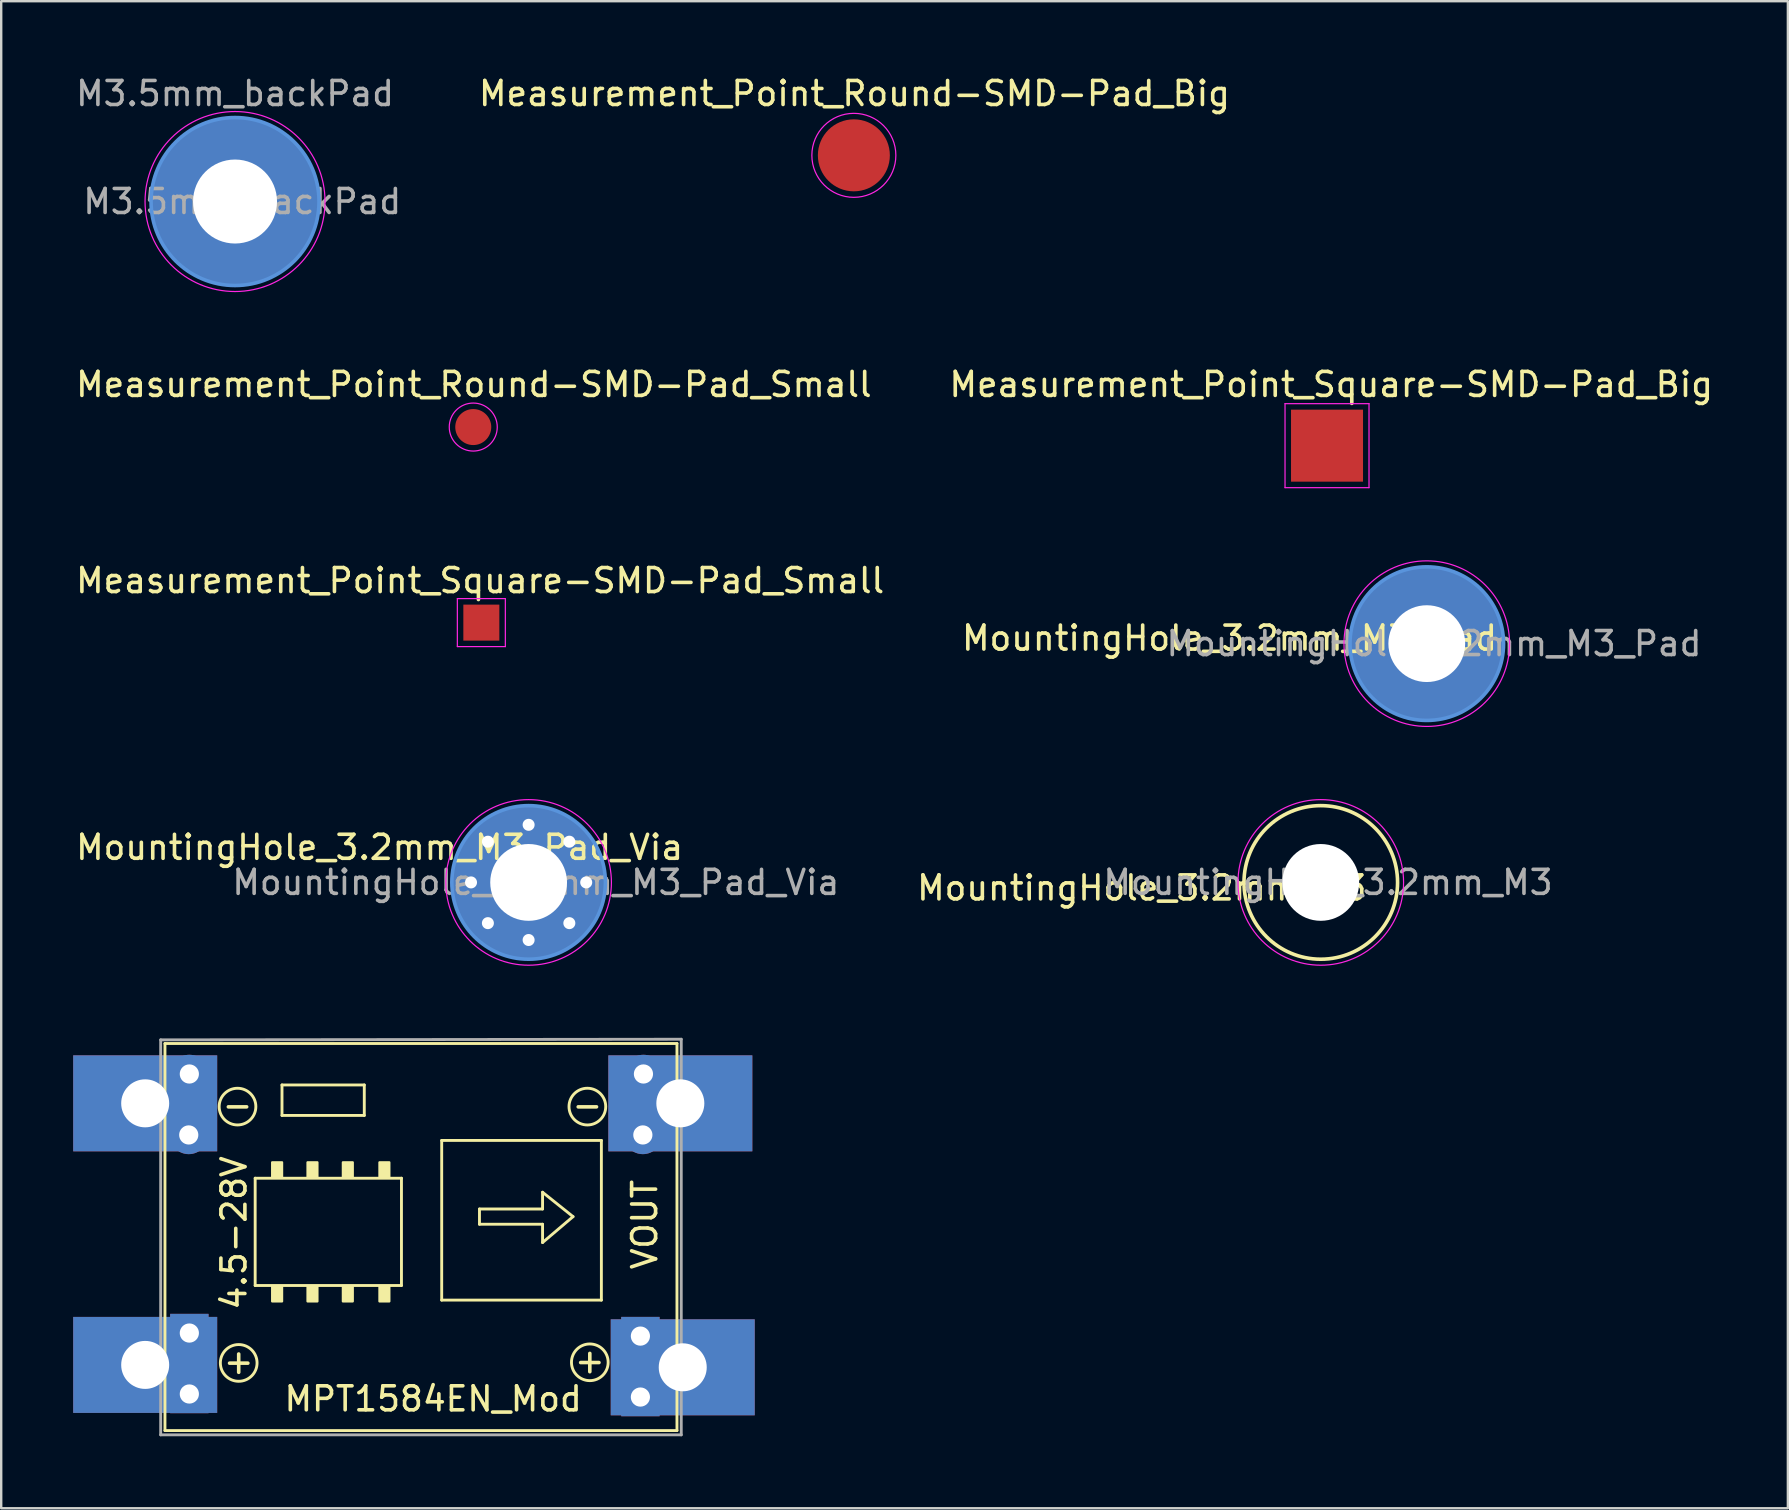
<source format=kicad_pcb>
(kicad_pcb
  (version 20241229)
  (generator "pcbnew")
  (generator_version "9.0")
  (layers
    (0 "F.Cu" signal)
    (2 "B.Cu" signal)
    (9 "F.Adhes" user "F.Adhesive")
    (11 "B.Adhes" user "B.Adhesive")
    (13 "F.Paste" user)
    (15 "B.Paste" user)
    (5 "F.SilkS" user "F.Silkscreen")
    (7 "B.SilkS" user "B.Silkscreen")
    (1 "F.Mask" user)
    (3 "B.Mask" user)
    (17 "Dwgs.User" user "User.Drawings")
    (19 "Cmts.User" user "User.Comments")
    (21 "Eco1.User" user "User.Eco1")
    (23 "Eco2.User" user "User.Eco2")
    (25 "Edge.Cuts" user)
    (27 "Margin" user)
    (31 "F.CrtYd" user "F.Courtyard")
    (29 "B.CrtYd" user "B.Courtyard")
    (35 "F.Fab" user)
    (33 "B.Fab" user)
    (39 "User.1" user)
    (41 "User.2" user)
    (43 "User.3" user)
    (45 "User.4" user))
  (footprint "MountingHole_3.2mm_M3_Pad"
    (layer "F.Cu")
    (at 56.405 23.771)
    (property "Reference" "MountingHole_3.2mm_M3_Pad" (at -8.22 -0.23 0) (layer "F.SilkS") (effects (font (size 1 1) (thickness 0.15))))
    (attr exclude_from_pos_files exclude_from_bom)
    (fp_circle (center 0 0) (end 3.2 0) (stroke (width 0.15) (type solid)) (fill no) (layer "Cmts.User"))
    (fp_circle (center 0 0) (end 3.45 0) (stroke (width 0.05) (type solid)) (fill no) (layer "F.CrtYd"))
    (fp_text user "${REFERENCE}" (at 0.3 0 0) (layer "F.Fab") (effects (font (size 1 1) (thickness 0.15))))
    (pad "1" thru_hole circle (at 0 0) (size 6.4 6.4) (drill 3.2) (layers "*.Cu" "*.Mask")))
  (footprint "MountingHole_3.2mm_M3"
    (layer "F.Cu")
    (at 51.988 33.721)
    (property "Reference" "MountingHole_3.2mm_M3" (at -7.46 0.23 0) (layer "F.SilkS") (effects (font (size 1 1) (thickness 0.15))))
    (attr exclude_from_pos_files exclude_from_bom)
    (fp_circle (center 0 0) (end 3.2 0) (stroke (width 0.15) (type solid)) (fill no) (layer "F.SilkS"))
    (fp_circle (center 0 0) (end 3.45 0) (stroke (width 0.05) (type solid)) (fill no) (layer "F.CrtYd"))
    (fp_text user "${REFERENCE}" (at 0.3 0 0) (layer "F.Fab") (effects (font (size 1 1) (thickness 0.15))))
    (pad "" np_thru_hole circle (at 0 0) (size 3.2 3.2) (drill 3.2) (layers "*.Cu" "*.Mask")))
  (footprint "M3.5mm_backPad"
    (layer "F.Cu")
    (at 6.744 5.348)
    (property "Reference" "M3.5mm_backPad" (at 0 -4.5 0) (layer "F.Fab") (effects (font (size 1 1) (thickness 0.15))))
    (attr exclude_from_pos_files exclude_from_bom)
    (fp_circle (center 0 0) (end 3.5 0) (stroke (width 0.15) (type solid)) (fill no) (layer "Cmts.User"))
    (fp_circle (center 0 0) (end 3.75 0) (stroke (width 0.05) (type solid)) (fill no) (layer "F.CrtYd"))
    (fp_text user "${REFERENCE}" (at 0.3 0 0) (layer "F.Fab") (effects (font (size 1 1) (thickness 0.15))))
    (pad "1" thru_hole circle (at 0 0) (size 7 7) (drill 3.5) (layers "B.Cu" "B.Mask")))
  (footprint "Measurement_Point_Round-SMD-Pad_Big"
    (layer "F.Cu")
    (at 32.531 3.423)
    (property "Reference" "Measurement_Point_Round-SMD-Pad_Big" (at 0.025 -2.575 0) (layer "F.SilkS") (effects (font (size 1 1) (thickness 0.15))))
    (attr exclude_from_pos_files exclude_from_bom)
    (fp_circle (center 0 0) (end 1.75 0) (stroke (width 0.05) (type solid)) (fill no) (layer "F.CrtYd"))
    (pad "1" smd circle (at 0 0) (size 3 3) (layers "F.Cu" "F.Mask")))
  (footprint "MountingHole_3.2mm_M3_Pad_Via"
    (layer "F.Cu")
    (at 18.978 33.721)
    (property "Reference" "MountingHole_3.2mm_M3_Pad_Via" (at -6.21 -1.46 0) (layer "F.SilkS") (effects (font (size 1 1) (thickness 0.15))))
    (attr exclude_from_pos_files exclude_from_bom)
    (fp_circle (center 0 0) (end 3.2 0) (stroke (width 0.15) (type solid)) (fill no) (layer "Cmts.User"))
    (fp_circle (center 0 0) (end 3.45 0) (stroke (width 0.05) (type solid)) (fill no) (layer "F.CrtYd"))
    (fp_text user "${REFERENCE}" (at 0.3 0 0) (layer "F.Fab") (effects (font (size 1 1) (thickness 0.15))))
    (pad "" thru_hole circle (at -2.4 0) (size 0.8 0.8) (drill 0.5) (layers "*.Cu" "*.Mask"))
    (pad "" thru_hole circle (at -1.697 -1.697) (size 0.8 0.8) (drill 0.5) (layers "*.Cu" "*.Mask"))
    (pad "" thru_hole circle (at -1.697 1.697) (size 0.8 0.8) (drill 0.5) (layers "*.Cu" "*.Mask"))
    (pad "" thru_hole circle (at 0 -2.4) (size 0.8 0.8) (drill 0.5) (layers "*.Cu" "*.Mask"))
    (pad "" thru_hole circle (at 0 2.4) (size 0.8 0.8) (drill 0.5) (layers "*.Cu" "*.Mask"))
    (pad "" thru_hole circle (at 1.697 -1.697) (size 0.8 0.8) (drill 0.5) (layers "*.Cu" "*.Mask"))
    (pad "" thru_hole circle (at 1.697 1.697) (size 0.8 0.8) (drill 0.5) (layers "*.Cu" "*.Mask"))
    (pad "" thru_hole circle (at 2.4 0) (size 0.8 0.8) (drill 0.5) (layers "*.Cu" "*.Mask"))
    (pad "1" thru_hole circle (at 0 0) (size 6.4 6.4) (drill 3.2) (layers "*.Cu" "*.Mask")))
  (footprint "Measurement_Point_Square-SMD-Pad_Small"
    (layer "F.Cu")
    (at 17.008 22.895)
    (property "Reference" "Measurement_Point_Square-SMD-Pad_Small" (at -0.05 -1.75 0) (layer "F.SilkS") (effects (font (size 1 1) (thickness 0.15))))
    (attr exclude_from_pos_files exclude_from_bom)
    (fp_line (start -1 -1) (end 1 -1) (stroke (width 0.05) (type solid)) (layer "F.CrtYd"))
    (fp_line (start -1 1) (end -1 -1) (stroke (width 0.05) (type solid)) (layer "F.CrtYd"))
    (fp_line (start 1 -1) (end 1 1) (stroke (width 0.05) (type solid)) (layer "F.CrtYd"))
    (fp_line (start 1 1) (end -1 1) (stroke (width 0.05) (type solid)) (layer "F.CrtYd"))
    (pad "1" smd rect (at 0 0) (size 1.5 1.5) (layers "F.Cu" "F.Mask")))
  (footprint "MPT1584EN_Mod"
    (layer "F.Cu")
    (at 15 47.927)
    (property "Reference" "MPT1584EN_Mod" (at 0 7.315 180) (layer "F.SilkS") (effects (font (size 1 1) (thickness 0.15))))
    (attr through_hole)
    (fp_line (start -11.176 -7.493) (end -11.176 8.636) (stroke (width 0.12) (type solid)) (layer "F.SilkS"))
    (fp_line (start -11.176 8.636) (end 10.16 8.636) (stroke (width 0.12) (type solid)) (layer "F.SilkS"))
    (fp_line (start -7.417 -1.88) (end -1.321 -1.88) (stroke (width 0.12) (type solid)) (layer "F.SilkS"))
    (fp_line (start -7.417 2.591) (end -7.417 -1.88) (stroke (width 0.12) (type solid)) (layer "F.SilkS"))
    (fp_line (start -6.299 -5.766) (end -2.87 -5.766) (stroke (width 0.12) (type solid)) (layer "F.SilkS"))
    (fp_line (start -6.299 -4.496) (end -6.299 -5.766) (stroke (width 0.12) (type solid)) (layer "F.SilkS"))
    (fp_line (start -2.87 -5.766) (end -2.87 -4.496) (stroke (width 0.12) (type solid)) (layer "F.SilkS"))
    (fp_line (start -2.87 -4.496) (end -6.299 -4.496) (stroke (width 0.12) (type solid)) (layer "F.SilkS"))
    (fp_line (start -1.321 2.591) (end -7.417 2.591) (stroke (width 0.12) (type solid)) (layer "F.SilkS"))
    (fp_line (start -1.321 2.591) (end -1.321 -1.88) (stroke (width 0.12) (type solid)) (layer "F.SilkS"))
    (fp_line (start 0.356 -3.454) (end 0.356 3.2) (stroke (width 0.12) (type solid)) (layer "F.SilkS"))
    (fp_line (start 0.356 -3.454) (end 7.01 -3.454) (stroke (width 0.12) (type solid)) (layer "F.SilkS"))
    (fp_line (start 1.93 -0.597) (end 4.559 -0.597) (stroke (width 0.12) (type solid)) (layer "F.SilkS"))
    (fp_line (start 1.93 0.038) (end 1.93 -0.597) (stroke (width 0.12) (type solid)) (layer "F.SilkS"))
    (fp_line (start 1.93 0.038) (end 4.559 0.038) (stroke (width 0.12) (type solid)) (layer "F.SilkS"))
    (fp_line (start 4.559 -1.295) (end 5.829 -0.279) (stroke (width 0.12) (type solid)) (layer "F.SilkS"))
    (fp_line (start 4.559 -0.597) (end 4.559 -1.295) (stroke (width 0.12) (type solid)) (layer "F.SilkS"))
    (fp_line (start 4.559 0.8) (end 4.559 0.038) (stroke (width 0.12) (type solid)) (layer "F.SilkS"))
    (fp_line (start 5.829 -0.279) (end 4.559 0.8) (stroke (width 0.12) (type solid)) (layer "F.SilkS"))
    (fp_line (start 7.01 -3.454) (end 7.01 3.2) (stroke (width 0.12) (type solid)) (layer "F.SilkS"))
    (fp_line (start 7.01 3.2) (end 0.356 3.2) (stroke (width 0.12) (type solid)) (layer "F.SilkS"))
    (fp_line (start 10.16 -7.493) (end -11.176 -7.493) (stroke (width 0.12) (type solid)) (layer "F.SilkS"))
    (fp_line (start 10.16 8.636) (end 10.16 -7.493) (stroke (width 0.12) (type solid)) (layer "F.SilkS"))
    (fp_circle (center -8.153 -4.864) (end -7.582 -4.356) (stroke (width 0.12) (type solid)) (fill no) (layer "F.SilkS"))
    (fp_circle (center -8.103 5.817) (end -7.531 6.325) (stroke (width 0.12) (type solid)) (fill no) (layer "F.SilkS"))
    (fp_circle (center 6.426 -4.864) (end 6.998 -4.356) (stroke (width 0.12) (type solid)) (fill no) (layer "F.SilkS"))
    (fp_circle (center 6.528 5.791) (end 7.099 6.299) (stroke (width 0.12) (type solid)) (fill no) (layer "F.SilkS"))
    (fp_poly (pts (xy -6.706 -2.54) (xy -6.299 -2.54) (xy -6.299 -1.93) (xy -6.706 -1.93)) (stroke (width 0.1) (type solid)) (fill yes) (layer "F.SilkS"))
    (fp_poly (pts (xy -6.706 2.642) (xy -6.299 2.642) (xy -6.299 3.251) (xy -6.706 3.251)) (stroke (width 0.1) (type solid)) (fill yes) (layer "F.SilkS"))
    (fp_poly (pts (xy -5.232 -2.54) (xy -4.826 -2.54) (xy -4.826 -1.93) (xy -5.232 -1.93)) (stroke (width 0.1) (type solid)) (fill yes) (layer "F.SilkS"))
    (fp_poly (pts (xy -5.232 2.642) (xy -4.826 2.642) (xy -4.826 3.251) (xy -5.232 3.251)) (stroke (width 0.1) (type solid)) (fill yes) (layer "F.SilkS"))
    (fp_poly (pts (xy -3.759 -2.54) (xy -3.353 -2.54) (xy -3.353 -1.93) (xy -3.759 -1.93)) (stroke (width 0.1) (type solid)) (fill yes) (layer "F.SilkS"))
    (fp_poly (pts (xy -3.759 2.642) (xy -3.353 2.642) (xy -3.353 3.251) (xy -3.759 3.251)) (stroke (width 0.1) (type solid)) (fill yes) (layer "F.SilkS"))
    (fp_poly (pts (xy -2.235 -2.54) (xy -1.829 -2.54) (xy -1.829 -1.93) (xy -2.235 -1.93)) (stroke (width 0.1) (type solid)) (fill yes) (layer "F.SilkS"))
    (fp_poly (pts (xy -2.235 2.642) (xy -1.829 2.642) (xy -1.829 3.251) (xy -2.235 3.251)) (stroke (width 0.1) (type solid)) (fill yes) (layer "F.SilkS"))
    (fp_line (start -11.354 -7.645) (end -11.354 8.814) (stroke (width 0.12) (type solid)) (layer "F.Fab"))
    (fp_line (start -11.354 -7.645) (end 10.338 -7.671) (stroke (width 0.12) (type solid)) (layer "F.Fab"))
    (fp_line (start -11.354 8.814) (end 10.338 8.814) (stroke (width 0.12) (type solid)) (layer "F.Fab"))
    (fp_line (start 10.338 -7.671) (end 10.338 8.814) (stroke (width 0.12) (type solid)) (layer "F.Fab"))
    (fp_text user "+" (at 6.528 5.728 180) (layer "F.SilkS") (effects (font (size 1 1) (thickness 0.15))))
    (fp_text user "VOUT" (at 8.814 0.051 90) (layer "F.SilkS") (effects (font (size 1 1) (thickness 0.15))))
    (fp_text user "+" (at -8.103 5.753 180) (layer "F.SilkS") (effects (font (size 1 1) (thickness 0.15))))
    (fp_text user "-" (at -8.153 -4.928 180) (layer "F.SilkS") (effects (font (size 1 1) (thickness 0.15))))
    (fp_text user "4.5-28V" (at -8.3 0.4 90) (layer "F.SilkS") (effects (font (size 1 1) (thickness 0.15))))
    (fp_text user "-" (at 6.426 -4.928 180) (layer "F.SilkS") (effects (font (size 1 1) (thickness 0.15))))
    (pad "1" thru_hole rect (at -12 5.9) (size 6 4) (drill 2) (layers "*.Cu" "*.Mask"))
    (pad "1" thru_hole rect (at -10.16 4.572 90) (size 1.6 1.6) (drill 0.8) (layers "*.Cu" "B.Mask"))
    (pad "1" thru_hole rect (at -10.16 7.112 90) (size 1.6 1.6) (drill 0.8) (layers "*.Cu" "B.Mask"))
    (pad "2" thru_hole rect (at -12 -5) (size 6 4) (drill 2) (layers "*.Cu" "*.Mask"))
    (pad "2" thru_hole oval (at -10.185 -3.683 90) (size 1.6 1.6) (drill 0.8) (layers "*.Cu" "B.Mask"))
    (pad "2" thru_hole oval (at -10.16 -6.223 90) (size 1.6 1.6) (drill 0.8) (layers "*.Cu" "B.Mask"))
    (pad "3" thru_hole rect (at 8.636 4.699 90) (size 1.6 1.6) (drill 0.8) (layers "*.Cu" "B.Mask"))
    (pad "3" thru_hole rect (at 8.636 7.239 90) (size 1.6 1.6) (drill 0.8) (layers "*.Cu" "B.Mask"))
    (pad "3" thru_hole rect (at 10.4 6) (size 6 4) (drill 2) (layers "*.Cu" "*.Mask"))
    (pad "4" thru_hole oval (at 8.738 -3.683 90) (size 1.6 1.6) (drill 0.8) (layers "*.Cu" "B.Mask"))
    (pad "4" thru_hole oval (at 8.763 -6.223 90) (size 1.6 1.6) (drill 0.8) (layers "*.Cu" "B.Mask"))
    (pad "4" thru_hole rect (at 10.3 -5) (size 6 4) (drill 2) (layers "*.Cu" "*.Mask")))
  (footprint "Measurement_Point_Square-SMD-Pad_Big"
    (layer "F.Cu")
    (at 52.248 15.521)
    (property "Reference" "Measurement_Point_Square-SMD-Pad_Big" (at 0.175 -2.55 0) (layer "F.SilkS") (effects (font (size 1 1) (thickness 0.15))))
    (attr exclude_from_pos_files exclude_from_bom)
    (fp_line (start -1.75 -1.75) (end 1.75 -1.75) (stroke (width 0.05) (type solid)) (layer "F.CrtYd"))
    (fp_line (start -1.75 1.75) (end -1.75 -1.75) (stroke (width 0.05) (type solid)) (layer "F.CrtYd"))
    (fp_line (start 1.75 -1.75) (end 1.75 1.75) (stroke (width 0.05) (type solid)) (layer "F.CrtYd"))
    (fp_line (start 1.75 1.75) (end -1.75 1.75) (stroke (width 0.05) (type solid)) (layer "F.CrtYd"))
    (pad "1" smd rect (at 0 0) (size 3 3) (layers "F.Cu" "F.Mask")))
  (footprint "Measurement_Point_Round-SMD-Pad_Small"
    (layer "F.Cu")
    (at 16.671 14.746)
    (property "Reference" "Measurement_Point_Round-SMD-Pad_Small" (at 0.025 -1.775 0) (layer "F.SilkS") (effects (font (size 1 1) (thickness 0.15))))
    (attr exclude_from_pos_files exclude_from_bom)
    (fp_circle (center 0 0) (end 1 0) (stroke (width 0.05) (type solid)) (fill no) (layer "F.CrtYd"))
    (pad "1" smd circle (at 0 0) (size 1.5 1.5) (layers "F.Cu" "F.Mask")))
  (gr_rect
    (start -3 -3)
    (end 71.452 59.801)
    (stroke (width 0.1) (type default))
    (fill no)
    (layer "Edge.Cuts")))
</source>
